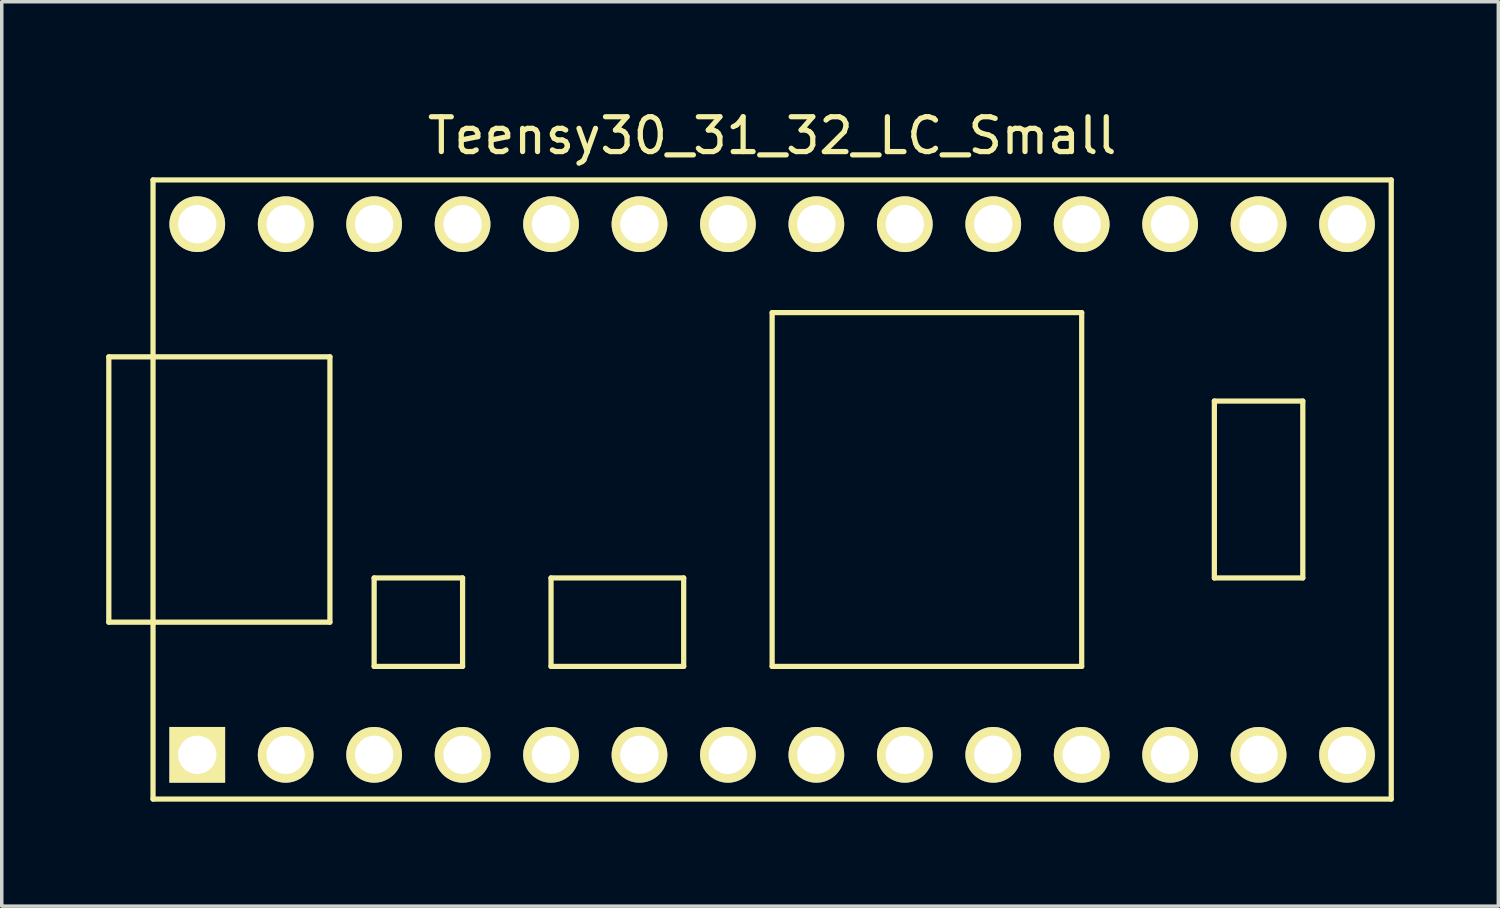
<source format=kicad_pcb>
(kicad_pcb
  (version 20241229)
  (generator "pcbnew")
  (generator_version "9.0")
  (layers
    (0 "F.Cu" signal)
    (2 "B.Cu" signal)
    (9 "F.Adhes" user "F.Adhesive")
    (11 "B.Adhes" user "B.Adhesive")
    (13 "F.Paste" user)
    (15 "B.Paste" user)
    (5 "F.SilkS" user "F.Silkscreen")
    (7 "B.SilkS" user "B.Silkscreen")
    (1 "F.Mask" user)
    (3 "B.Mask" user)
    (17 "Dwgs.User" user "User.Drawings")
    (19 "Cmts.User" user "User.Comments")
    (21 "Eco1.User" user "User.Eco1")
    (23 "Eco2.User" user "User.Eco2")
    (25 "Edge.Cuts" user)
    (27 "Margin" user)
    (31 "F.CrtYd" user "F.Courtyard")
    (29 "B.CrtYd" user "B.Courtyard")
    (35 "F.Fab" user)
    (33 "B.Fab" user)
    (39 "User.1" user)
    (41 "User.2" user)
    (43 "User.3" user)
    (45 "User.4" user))
  (footprint "Teensy30_31_32_LC_Small"
    (layer "F.Cu")
    (at 19.125 11.008)
    (property "Reference" "Teensy30_31_32_LC_Small" (at 0 -10.16 0) (layer "F.SilkS") (effects (font (size 1 1) (thickness 0.15))))
    (attr through_hole)
    (fp_line (start -19.05 -3.81) (end -17.78 -3.81) (stroke (width 0.15) (type solid)) (layer "F.SilkS"))
    (fp_line (start -19.05 3.81) (end -19.05 -3.81) (stroke (width 0.15) (type solid)) (layer "F.SilkS"))
    (fp_line (start -17.78 -8.89) (end 17.78 -8.89) (stroke (width 0.15) (type solid)) (layer "F.SilkS"))
    (fp_line (start -17.78 3.81) (end -19.05 3.81) (stroke (width 0.15) (type solid)) (layer "F.SilkS"))
    (fp_line (start -17.78 8.89) (end -17.78 -8.89) (stroke (width 0.15) (type solid)) (layer "F.SilkS"))
    (fp_line (start -12.7 -3.81) (end -17.78 -3.81) (stroke (width 0.15) (type solid)) (layer "F.SilkS"))
    (fp_line (start -12.7 3.81) (end -17.78 3.81) (stroke (width 0.15) (type solid)) (layer "F.SilkS"))
    (fp_line (start -12.7 3.81) (end -12.7 -3.81) (stroke (width 0.15) (type solid)) (layer "F.SilkS"))
    (fp_line (start -11.43 2.54) (end -11.43 5.08) (stroke (width 0.15) (type solid)) (layer "F.SilkS"))
    (fp_line (start -11.43 5.08) (end -8.89 5.08) (stroke (width 0.15) (type solid)) (layer "F.SilkS"))
    (fp_line (start -8.89 2.54) (end -11.43 2.54) (stroke (width 0.15) (type solid)) (layer "F.SilkS"))
    (fp_line (start -8.89 5.08) (end -8.89 2.54) (stroke (width 0.15) (type solid)) (layer "F.SilkS"))
    (fp_line (start -6.35 2.54) (end -6.35 5.08) (stroke (width 0.15) (type solid)) (layer "F.SilkS"))
    (fp_line (start -6.35 5.08) (end -2.54 5.08) (stroke (width 0.15) (type solid)) (layer "F.SilkS"))
    (fp_line (start -2.54 2.54) (end -6.35 2.54) (stroke (width 0.15) (type solid)) (layer "F.SilkS"))
    (fp_line (start -2.54 5.08) (end -2.54 2.54) (stroke (width 0.15) (type solid)) (layer "F.SilkS"))
    (fp_line (start 0 -5.08) (end 0 5.08) (stroke (width 0.15) (type solid)) (layer "F.SilkS"))
    (fp_line (start 8.89 -5.08) (end 0 -5.08) (stroke (width 0.15) (type solid)) (layer "F.SilkS"))
    (fp_line (start 8.89 5.08) (end 0 5.08) (stroke (width 0.15) (type solid)) (layer "F.SilkS"))
    (fp_line (start 8.89 5.08) (end 8.89 -5.08) (stroke (width 0.15) (type solid)) (layer "F.SilkS"))
    (fp_line (start 12.7 -2.54) (end 15.24 -2.54) (stroke (width 0.15) (type solid)) (layer "F.SilkS"))
    (fp_line (start 12.7 2.54) (end 12.7 -2.54) (stroke (width 0.15) (type solid)) (layer "F.SilkS"))
    (fp_line (start 15.24 -2.54) (end 15.24 2.54) (stroke (width 0.15) (type solid)) (layer "F.SilkS"))
    (fp_line (start 15.24 2.54) (end 12.7 2.54) (stroke (width 0.15) (type solid)) (layer "F.SilkS"))
    (fp_line (start 17.78 -8.89) (end 17.78 8.89) (stroke (width 0.15) (type solid)) (layer "F.SilkS"))
    (fp_line (start 17.78 8.89) (end -17.78 8.89) (stroke (width 0.15) (type solid)) (layer "F.SilkS"))
    (pad "1" thru_hole rect (at -16.51 7.62) (size 1.6 1.6) (drill 1.1) (layers "*.Cu" "*.Mask" "F.SilkS"))
    (pad "2" thru_hole circle (at -13.97 7.62) (size 1.6 1.6) (drill 1.1) (layers "*.Cu" "*.Mask" "F.SilkS"))
    (pad "3" thru_hole circle (at -11.43 7.62) (size 1.6 1.6) (drill 1.1) (layers "*.Cu" "*.Mask" "F.SilkS"))
    (pad "4" thru_hole circle (at -8.89 7.62) (size 1.6 1.6) (drill 1.1) (layers "*.Cu" "*.Mask" "F.SilkS"))
    (pad "5" thru_hole circle (at -6.35 7.62) (size 1.6 1.6) (drill 1.1) (layers "*.Cu" "*.Mask" "F.SilkS"))
    (pad "6" thru_hole circle (at -3.81 7.62) (size 1.6 1.6) (drill 1.1) (layers "*.Cu" "*.Mask" "F.SilkS"))
    (pad "7" thru_hole circle (at -1.27 7.62) (size 1.6 1.6) (drill 1.1) (layers "*.Cu" "*.Mask" "F.SilkS"))
    (pad "8" thru_hole circle (at 1.27 7.62) (size 1.6 1.6) (drill 1.1) (layers "*.Cu" "*.Mask" "F.SilkS"))
    (pad "9" thru_hole circle (at 3.81 7.62) (size 1.6 1.6) (drill 1.1) (layers "*.Cu" "*.Mask" "F.SilkS"))
    (pad "10" thru_hole circle (at 6.35 7.62) (size 1.6 1.6) (drill 1.1) (layers "*.Cu" "*.Mask" "F.SilkS"))
    (pad "11" thru_hole circle (at 8.89 7.62) (size 1.6 1.6) (drill 1.1) (layers "*.Cu" "*.Mask" "F.SilkS"))
    (pad "12" thru_hole circle (at 11.43 7.62) (size 1.6 1.6) (drill 1.1) (layers "*.Cu" "*.Mask" "F.SilkS"))
    (pad "13" thru_hole circle (at 13.97 7.62) (size 1.6 1.6) (drill 1.1) (layers "*.Cu" "*.Mask" "F.SilkS"))
    (pad "14" thru_hole circle (at 16.51 7.62) (size 1.6 1.6) (drill 1.1) (layers "*.Cu" "*.Mask" "F.SilkS"))
    (pad "20" thru_hole circle (at 16.51 -7.62) (size 1.6 1.6) (drill 1.1) (layers "*.Cu" "*.Mask" "F.SilkS"))
    (pad "21" thru_hole circle (at 13.97 -7.62) (size 1.6 1.6) (drill 1.1) (layers "*.Cu" "*.Mask" "F.SilkS"))
    (pad "22" thru_hole circle (at 11.43 -7.62) (size 1.6 1.6) (drill 1.1) (layers "*.Cu" "*.Mask" "F.SilkS"))
    (pad "23" thru_hole circle (at 8.89 -7.62) (size 1.6 1.6) (drill 1.1) (layers "*.Cu" "*.Mask" "F.SilkS"))
    (pad "24" thru_hole circle (at 6.35 -7.62) (size 1.6 1.6) (drill 1.1) (layers "*.Cu" "*.Mask" "F.SilkS"))
    (pad "25" thru_hole circle (at 3.81 -7.62) (size 1.6 1.6) (drill 1.1) (layers "*.Cu" "*.Mask" "F.SilkS"))
    (pad "26" thru_hole circle (at 1.27 -7.62) (size 1.6 1.6) (drill 1.1) (layers "*.Cu" "*.Mask" "F.SilkS"))
    (pad "27" thru_hole circle (at -1.27 -7.62) (size 1.6 1.6) (drill 1.1) (layers "*.Cu" "*.Mask" "F.SilkS"))
    (pad "28" thru_hole circle (at -3.81 -7.62) (size 1.6 1.6) (drill 1.1) (layers "*.Cu" "*.Mask" "F.SilkS"))
    (pad "29" thru_hole circle (at -6.35 -7.62) (size 1.6 1.6) (drill 1.1) (layers "*.Cu" "*.Mask" "F.SilkS"))
    (pad "30" thru_hole circle (at -8.89 -7.62) (size 1.6 1.6) (drill 1.1) (layers "*.Cu" "*.Mask" "F.SilkS"))
    (pad "31" thru_hole circle (at -11.43 -7.62) (size 1.6 1.6) (drill 1.1) (layers "*.Cu" "*.Mask" "F.SilkS"))
    (pad "32" thru_hole circle (at -13.97 -7.62) (size 1.6 1.6) (drill 1.1) (layers "*.Cu" "*.Mask" "F.SilkS"))
    (pad "33" thru_hole circle (at -16.51 -7.62) (size 1.6 1.6) (drill 1.1) (layers "*.Cu" "*.Mask" "F.SilkS")))
  (gr_rect
    (start -3 -3)
    (end 39.98 22.973)
    (stroke (width 0.1) (type default))
    (fill no)
    (layer "Edge.Cuts")))
</source>
